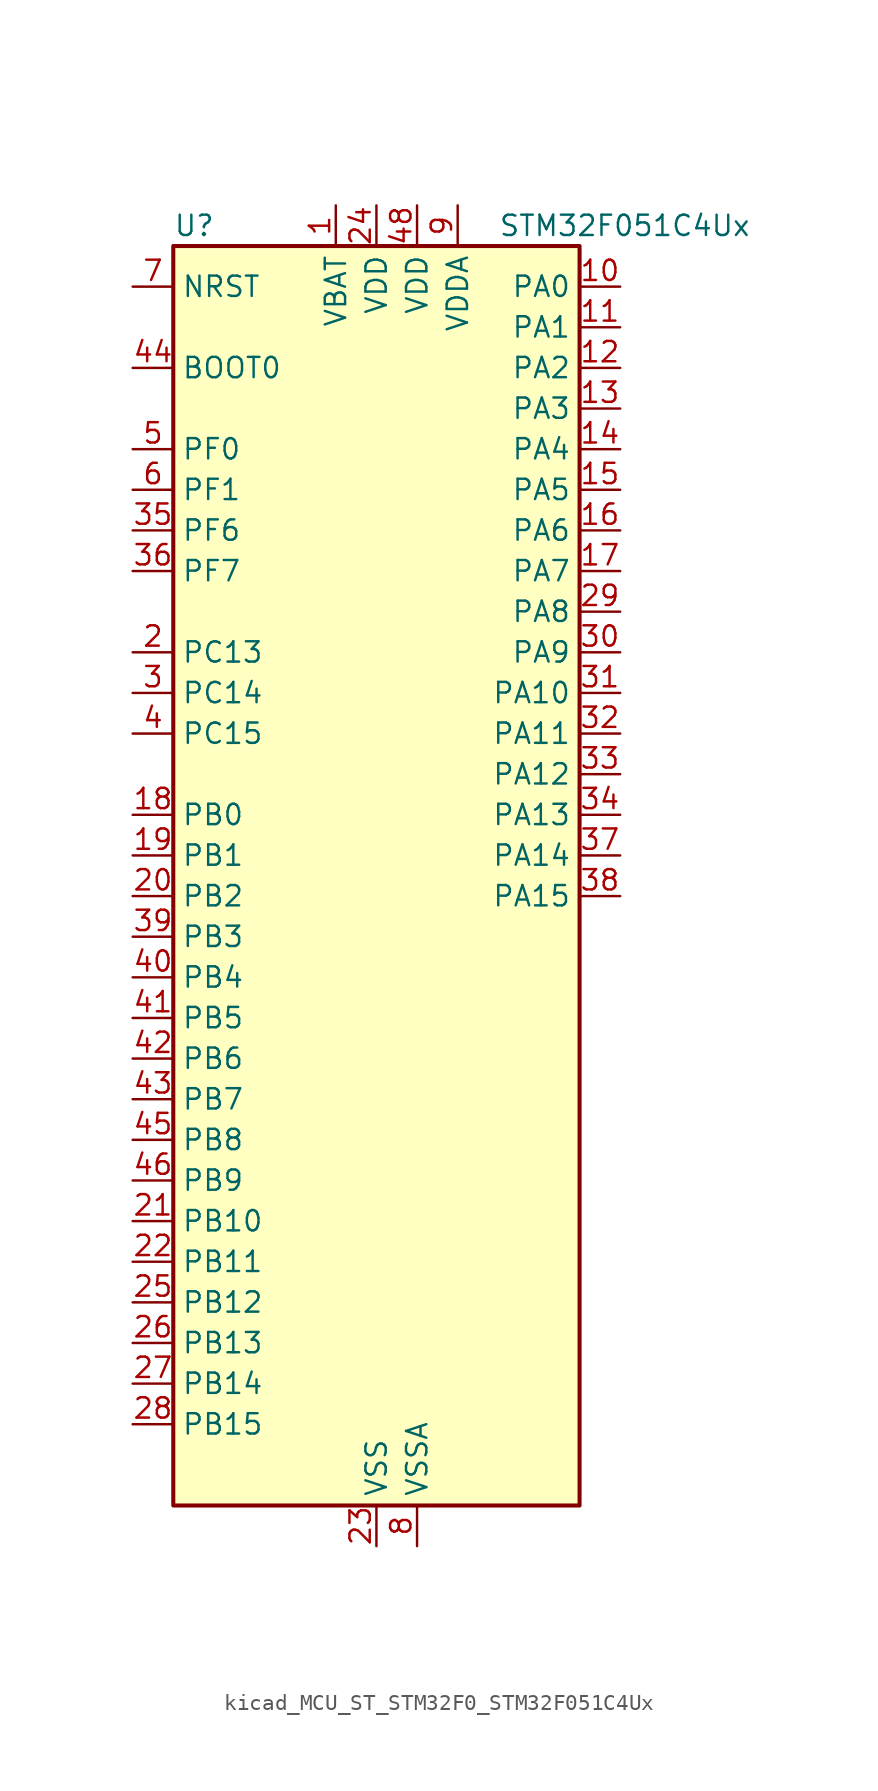
<source format=kicad_sym>
(kicad_symbol_lib
  (version 20220914)
  (generator kicad_symbol_editor)
  (symbol "kicad_MCU_ST_STM32F0_STM32F051C4Ux"
    (property "Reference" "U"
      (at -12.7 41.91 0)
      (effects (font (size 1.27 1.27)) (justify left)))
    (property "Value" "STM32F051C4Ux"
      (at 7.62 41.91 0)
      (effects (font (size 1.27 1.27)) (justify left)))
    (property "ki_locked" ""
      (at 0 0 0)
      (effects (font (size 1.27 1.27))))
    (symbol "kicad_MCU_ST_STM32F0_STM32F051C4Ux_0_1"
      (rectangle (start -12.7 -38.1) (end 12.7 40.64) (stroke (width 0.254) (type default)) (fill (type background))))
    (symbol "kicad_MCU_ST_STM32F0_STM32F051C4Ux_1_1"
      (pin power_in line (at -2.54 43.18 270) (length 2.54) (name "VBAT" (effects (font (size 1.27 1.27)))) (number "1" (effects (font (size 1.27 1.27)))))
      (pin bidirectional line (at 15.24 38.1 180) (length 2.54) (name "PA0" (effects (font (size 1.27 1.27)))) (number "10" (effects (font (size 1.27 1.27)))) (alternate "ADC_IN0" bidirectional line) (alternate "COMP1_INM" bidirectional line) (alternate "COMP1_OUT" bidirectional line) (alternate "RTC_TAMP2" bidirectional line) (alternate "SYS_WKUP1" bidirectional line) (alternate "TIM2_CH1" bidirectional line) (alternate "TIM2_ETR" bidirectional line) (alternate "TSC_G1_IO1" bidirectional line))
      (pin bidirectional line (at 15.24 35.56 180) (length 2.54) (name "PA1" (effects (font (size 1.27 1.27)))) (number "11" (effects (font (size 1.27 1.27)))) (alternate "ADC_IN1" bidirectional line) (alternate "COMP1_INP" bidirectional line) (alternate "TIM2_CH2" bidirectional line) (alternate "TSC_G1_IO2" bidirectional line))
      (pin bidirectional line (at 15.24 33.02 180) (length 2.54) (name "PA2" (effects (font (size 1.27 1.27)))) (number "12" (effects (font (size 1.27 1.27)))) (alternate "ADC_IN2" bidirectional line) (alternate "COMP2_INM" bidirectional line) (alternate "COMP2_OUT" bidirectional line) (alternate "TIM15_CH1" bidirectional line) (alternate "TIM2_CH3" bidirectional line) (alternate "TSC_G1_IO3" bidirectional line))
      (pin bidirectional line (at 15.24 30.48 180) (length 2.54) (name "PA3" (effects (font (size 1.27 1.27)))) (number "13" (effects (font (size 1.27 1.27)))) (alternate "ADC_IN3" bidirectional line) (alternate "COMP2_INP" bidirectional line) (alternate "TIM15_CH2" bidirectional line) (alternate "TIM2_CH4" bidirectional line) (alternate "TSC_G1_IO4" bidirectional line))
      (pin bidirectional line (at 15.24 27.94 180) (length 2.54) (name "PA4" (effects (font (size 1.27 1.27)))) (number "14" (effects (font (size 1.27 1.27)))) (alternate "ADC_IN4" bidirectional line) (alternate "COMP1_INM" bidirectional line) (alternate "COMP2_INM" bidirectional line) (alternate "DAC1_OUT1" bidirectional line) (alternate "I2S1_WS" bidirectional line) (alternate "SPI1_NSS" bidirectional line) (alternate "TIM14_CH1" bidirectional line) (alternate "TSC_G2_IO1" bidirectional line))
      (pin bidirectional line (at 15.24 25.4 180) (length 2.54) (name "PA5" (effects (font (size 1.27 1.27)))) (number "15" (effects (font (size 1.27 1.27)))) (alternate "ADC_IN5" bidirectional line) (alternate "CEC" bidirectional line) (alternate "COMP1_INM" bidirectional line) (alternate "COMP2_INM" bidirectional line) (alternate "I2S1_CK" bidirectional line) (alternate "SPI1_SCK" bidirectional line) (alternate "TIM2_CH1" bidirectional line) (alternate "TIM2_ETR" bidirectional line) (alternate "TSC_G2_IO2" bidirectional line))
      (pin bidirectional line (at 15.24 22.86 180) (length 2.54) (name "PA6" (effects (font (size 1.27 1.27)))) (number "16" (effects (font (size 1.27 1.27)))) (alternate "ADC_IN6" bidirectional line) (alternate "COMP1_OUT" bidirectional line) (alternate "I2S1_MCK" bidirectional line) (alternate "SPI1_MISO" bidirectional line) (alternate "TIM16_CH1" bidirectional line) (alternate "TIM1_BKIN" bidirectional line) (alternate "TIM3_CH1" bidirectional line) (alternate "TSC_G2_IO3" bidirectional line))
      (pin bidirectional line (at 15.24 20.32 180) (length 2.54) (name "PA7" (effects (font (size 1.27 1.27)))) (number "17" (effects (font (size 1.27 1.27)))) (alternate "ADC_IN7" bidirectional line) (alternate "COMP2_OUT" bidirectional line) (alternate "I2S1_SD" bidirectional line) (alternate "SPI1_MOSI" bidirectional line) (alternate "TIM14_CH1" bidirectional line) (alternate "TIM17_CH1" bidirectional line) (alternate "TIM1_CH1N" bidirectional line) (alternate "TIM3_CH2" bidirectional line) (alternate "TSC_G2_IO4" bidirectional line))
      (pin bidirectional line (at -15.24 5.08 0) (length 2.54) (name "PB0" (effects (font (size 1.27 1.27)))) (number "18" (effects (font (size 1.27 1.27)))) (alternate "ADC_IN8" bidirectional line) (alternate "TIM1_CH2N" bidirectional line) (alternate "TIM3_CH3" bidirectional line) (alternate "TSC_G3_IO2" bidirectional line))
      (pin bidirectional line (at -15.24 2.54 0) (length 2.54) (name "PB1" (effects (font (size 1.27 1.27)))) (number "19" (effects (font (size 1.27 1.27)))) (alternate "ADC_IN9" bidirectional line) (alternate "TIM14_CH1" bidirectional line) (alternate "TIM1_CH3N" bidirectional line) (alternate "TIM3_CH4" bidirectional line) (alternate "TSC_G3_IO3" bidirectional line))
      (pin bidirectional line (at -15.24 15.24 0) (length 2.54) (name "PC13" (effects (font (size 1.27 1.27)))) (number "2" (effects (font (size 1.27 1.27)))) (alternate "RTC_OUT_ALARM" bidirectional line) (alternate "RTC_OUT_CALIB" bidirectional line) (alternate "RTC_TAMP1" bidirectional line) (alternate "RTC_TS" bidirectional line) (alternate "SYS_WKUP2" bidirectional line))
      (pin bidirectional line (at -15.24 0 0) (length 2.54) (name "PB2" (effects (font (size 1.27 1.27)))) (number "20" (effects (font (size 1.27 1.27)))) (alternate "TSC_G3_IO4" bidirectional line))
      (pin bidirectional line (at -15.24 -20.32 0) (length 2.54) (name "PB10" (effects (font (size 1.27 1.27)))) (number "21" (effects (font (size 1.27 1.27)))) (alternate "CEC" bidirectional line) (alternate "TIM2_CH3" bidirectional line) (alternate "TSC_SYNC" bidirectional line))
      (pin bidirectional line (at -15.24 -22.86 0) (length 2.54) (name "PB11" (effects (font (size 1.27 1.27)))) (number "22" (effects (font (size 1.27 1.27)))) (alternate "TIM2_CH4" bidirectional line) (alternate "TSC_G6_IO1" bidirectional line))
      (pin power_in line (at 0 -40.64 90) (length 2.54) (name "VSS" (effects (font (size 1.27 1.27)))) (number "23" (effects (font (size 1.27 1.27)))))
      (pin power_in line (at 0 43.18 270) (length 2.54) (name "VDD" (effects (font (size 1.27 1.27)))) (number "24" (effects (font (size 1.27 1.27)))))
      (pin bidirectional line (at -15.24 -25.4 0) (length 2.54) (name "PB12" (effects (font (size 1.27 1.27)))) (number "25" (effects (font (size 1.27 1.27)))) (alternate "TIM1_BKIN" bidirectional line) (alternate "TSC_G6_IO2" bidirectional line))
      (pin bidirectional line (at -15.24 -27.94 0) (length 2.54) (name "PB13" (effects (font (size 1.27 1.27)))) (number "26" (effects (font (size 1.27 1.27)))) (alternate "TIM1_CH1N" bidirectional line) (alternate "TSC_G6_IO3" bidirectional line))
      (pin bidirectional line (at -15.24 -30.48 0) (length 2.54) (name "PB14" (effects (font (size 1.27 1.27)))) (number "27" (effects (font (size 1.27 1.27)))) (alternate "TIM15_CH1" bidirectional line) (alternate "TIM1_CH2N" bidirectional line) (alternate "TSC_G6_IO4" bidirectional line))
      (pin bidirectional line (at -15.24 -33.02 0) (length 2.54) (name "PB15" (effects (font (size 1.27 1.27)))) (number "28" (effects (font (size 1.27 1.27)))) (alternate "RTC_REFIN" bidirectional line) (alternate "TIM15_CH1N" bidirectional line) (alternate "TIM15_CH2" bidirectional line) (alternate "TIM1_CH3N" bidirectional line))
      (pin bidirectional line (at 15.24 17.78 180) (length 2.54) (name "PA8" (effects (font (size 1.27 1.27)))) (number "29" (effects (font (size 1.27 1.27)))) (alternate "RCC_MCO" bidirectional line) (alternate "TIM1_CH1" bidirectional line) (alternate "USART1_CK" bidirectional line))
      (pin bidirectional line (at -15.24 12.7 0) (length 2.54) (name "PC14" (effects (font (size 1.27 1.27)))) (number "3" (effects (font (size 1.27 1.27)))) (alternate "RCC_OSC32_IN" bidirectional line))
      (pin bidirectional line (at 15.24 15.24 180) (length 2.54) (name "PA9" (effects (font (size 1.27 1.27)))) (number "30" (effects (font (size 1.27 1.27)))) (alternate "DAC1_EXTI9" bidirectional line) (alternate "TIM15_BKIN" bidirectional line) (alternate "TIM1_CH2" bidirectional line) (alternate "TSC_G4_IO1" bidirectional line) (alternate "USART1_TX" bidirectional line))
      (pin bidirectional line (at 15.24 12.7 180) (length 2.54) (name "PA10" (effects (font (size 1.27 1.27)))) (number "31" (effects (font (size 1.27 1.27)))) (alternate "TIM17_BKIN" bidirectional line) (alternate "TIM1_CH3" bidirectional line) (alternate "TSC_G4_IO2" bidirectional line) (alternate "USART1_RX" bidirectional line))
      (pin bidirectional line (at 15.24 10.16 180) (length 2.54) (name "PA11" (effects (font (size 1.27 1.27)))) (number "32" (effects (font (size 1.27 1.27)))) (alternate "COMP1_OUT" bidirectional line) (alternate "TIM1_CH4" bidirectional line) (alternate "TSC_G4_IO3" bidirectional line) (alternate "USART1_CTS" bidirectional line))
      (pin bidirectional line (at 15.24 7.62 180) (length 2.54) (name "PA12" (effects (font (size 1.27 1.27)))) (number "33" (effects (font (size 1.27 1.27)))) (alternate "COMP2_OUT" bidirectional line) (alternate "TIM1_ETR" bidirectional line) (alternate "TSC_G4_IO4" bidirectional line) (alternate "USART1_DE" bidirectional line) (alternate "USART1_RTS" bidirectional line))
      (pin bidirectional line (at 15.24 5.08 180) (length 2.54) (name "PA13" (effects (font (size 1.27 1.27)))) (number "34" (effects (font (size 1.27 1.27)))) (alternate "IR_OUT" bidirectional line) (alternate "SYS_SWDIO" bidirectional line))
      (pin bidirectional line (at -15.24 22.86 0) (length 2.54) (name "PF6" (effects (font (size 1.27 1.27)))) (number "35" (effects (font (size 1.27 1.27)))))
      (pin bidirectional line (at -15.24 20.32 0) (length 2.54) (name "PF7" (effects (font (size 1.27 1.27)))) (number "36" (effects (font (size 1.27 1.27)))))
      (pin bidirectional line (at 15.24 2.54 180) (length 2.54) (name "PA14" (effects (font (size 1.27 1.27)))) (number "37" (effects (font (size 1.27 1.27)))) (alternate "SYS_SWCLK" bidirectional line))
      (pin bidirectional line (at 15.24 0 180) (length 2.54) (name "PA15" (effects (font (size 1.27 1.27)))) (number "38" (effects (font (size 1.27 1.27)))) (alternate "I2S1_WS" bidirectional line) (alternate "SPI1_NSS" bidirectional line) (alternate "TIM2_CH1" bidirectional line) (alternate "TIM2_ETR" bidirectional line))
      (pin bidirectional line (at -15.24 -2.54 0) (length 2.54) (name "PB3" (effects (font (size 1.27 1.27)))) (number "39" (effects (font (size 1.27 1.27)))) (alternate "I2S1_CK" bidirectional line) (alternate "SPI1_SCK" bidirectional line) (alternate "TIM2_CH2" bidirectional line) (alternate "TSC_G5_IO1" bidirectional line))
      (pin bidirectional line (at -15.24 10.16 0) (length 2.54) (name "PC15" (effects (font (size 1.27 1.27)))) (number "4" (effects (font (size 1.27 1.27)))) (alternate "RCC_OSC32_OUT" bidirectional line))
      (pin bidirectional line (at -15.24 -5.08 0) (length 2.54) (name "PB4" (effects (font (size 1.27 1.27)))) (number "40" (effects (font (size 1.27 1.27)))) (alternate "I2S1_MCK" bidirectional line) (alternate "SPI1_MISO" bidirectional line) (alternate "TIM3_CH1" bidirectional line) (alternate "TSC_G5_IO2" bidirectional line))
      (pin bidirectional line (at -15.24 -7.62 0) (length 2.54) (name "PB5" (effects (font (size 1.27 1.27)))) (number "41" (effects (font (size 1.27 1.27)))) (alternate "I2C1_SMBA" bidirectional line) (alternate "I2S1_SD" bidirectional line) (alternate "SPI1_MOSI" bidirectional line) (alternate "TIM16_BKIN" bidirectional line) (alternate "TIM3_CH2" bidirectional line))
      (pin bidirectional line (at -15.24 -10.16 0) (length 2.54) (name "PB6" (effects (font (size 1.27 1.27)))) (number "42" (effects (font (size 1.27 1.27)))) (alternate "I2C1_SCL" bidirectional line) (alternate "TIM16_CH1N" bidirectional line) (alternate "TSC_G5_IO3" bidirectional line) (alternate "USART1_TX" bidirectional line))
      (pin bidirectional line (at -15.24 -12.7 0) (length 2.54) (name "PB7" (effects (font (size 1.27 1.27)))) (number "43" (effects (font (size 1.27 1.27)))) (alternate "I2C1_SDA" bidirectional line) (alternate "TIM17_CH1N" bidirectional line) (alternate "TSC_G5_IO4" bidirectional line) (alternate "USART1_RX" bidirectional line))
      (pin input line (at -15.24 33.02 0) (length 2.54) (name "BOOT0" (effects (font (size 1.27 1.27)))) (number "44" (effects (font (size 1.27 1.27)))))
      (pin bidirectional line (at -15.24 -15.24 0) (length 2.54) (name "PB8" (effects (font (size 1.27 1.27)))) (number "45" (effects (font (size 1.27 1.27)))) (alternate "CEC" bidirectional line) (alternate "I2C1_SCL" bidirectional line) (alternate "TIM16_CH1" bidirectional line) (alternate "TSC_SYNC" bidirectional line))
      (pin bidirectional line (at -15.24 -17.78 0) (length 2.54) (name "PB9" (effects (font (size 1.27 1.27)))) (number "46" (effects (font (size 1.27 1.27)))) (alternate "DAC1_EXTI9" bidirectional line) (alternate "I2C1_SDA" bidirectional line) (alternate "IR_OUT" bidirectional line) (alternate "TIM17_CH1" bidirectional line))
      (pin passive line (at 0 -40.64 90) (length 2.54) hide (name "VSS" (effects (font (size 1.27 1.27)))) (number "47" (effects (font (size 1.27 1.27)))))
      (pin power_in line (at 2.54 43.18 270) (length 2.54) (name "VDD" (effects (font (size 1.27 1.27)))) (number "48" (effects (font (size 1.27 1.27)))))
      (pin passive line (at 0 -40.64 90) (length 2.54) hide (name "VSS" (effects (font (size 1.27 1.27)))) (number "49" (effects (font (size 1.27 1.27)))))
      (pin bidirectional line (at -15.24 27.94 0) (length 2.54) (name "PF0" (effects (font (size 1.27 1.27)))) (number "5" (effects (font (size 1.27 1.27)))) (alternate "RCC_OSC_IN" bidirectional line))
      (pin bidirectional line (at -15.24 25.4 0) (length 2.54) (name "PF1" (effects (font (size 1.27 1.27)))) (number "6" (effects (font (size 1.27 1.27)))) (alternate "RCC_OSC_OUT" bidirectional line))
      (pin input line (at -15.24 38.1 0) (length 2.54) (name "NRST" (effects (font (size 1.27 1.27)))) (number "7" (effects (font (size 1.27 1.27)))))
      (pin power_in line (at 2.54 -40.64 90) (length 2.54) (name "VSSA" (effects (font (size 1.27 1.27)))) (number "8" (effects (font (size 1.27 1.27)))))
      (pin power_in line (at 5.08 43.18 270) (length 2.54) (name "VDDA" (effects (font (size 1.27 1.27)))) (number "9" (effects (font (size 1.27 1.27))))))))
</source>
